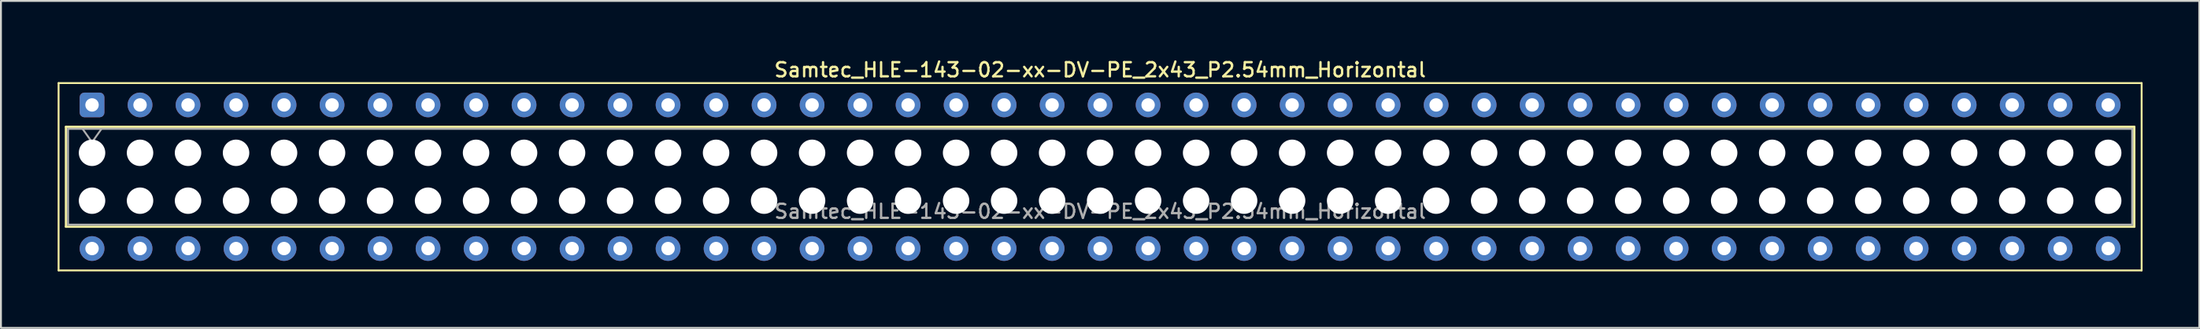
<source format=kicad_pcb>
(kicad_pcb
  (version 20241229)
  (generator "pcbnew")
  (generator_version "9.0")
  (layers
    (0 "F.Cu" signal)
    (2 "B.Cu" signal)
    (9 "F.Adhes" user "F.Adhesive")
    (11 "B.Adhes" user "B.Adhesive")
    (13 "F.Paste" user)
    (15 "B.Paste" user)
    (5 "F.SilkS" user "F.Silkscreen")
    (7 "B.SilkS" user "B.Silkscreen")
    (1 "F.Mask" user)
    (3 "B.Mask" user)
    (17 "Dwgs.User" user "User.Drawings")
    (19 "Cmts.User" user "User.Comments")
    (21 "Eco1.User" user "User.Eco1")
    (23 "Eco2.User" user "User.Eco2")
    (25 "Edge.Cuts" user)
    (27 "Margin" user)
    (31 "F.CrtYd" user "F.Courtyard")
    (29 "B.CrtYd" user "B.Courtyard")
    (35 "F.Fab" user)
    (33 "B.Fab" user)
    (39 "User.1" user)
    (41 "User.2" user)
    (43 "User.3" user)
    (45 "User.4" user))
  (footprint "Samtec_HLE-143-02-xx-DV-PE_2x43_P2.54mm_Horizontal"
    (layer "F.Cu")
    (at 1.82 2.518)
    (property "Reference" "Samtec_HLE-143-02-xx-DV-PE_2x43_P2.54mm_Horizontal" (at 53.34 -1.86 0) (layer "F.SilkS") (effects (font (size 0.75 0.75) (thickness 0.125))))
    (attr through_hole)
    (fp_line (start -1.77 -1.16) (end 108.45 -1.16) (stroke (width 0.1) (type solid)) (layer "F.SilkS"))
    (fp_line (start -1.77 8.78) (end -1.77 -1.16) (stroke (width 0.1) (type solid)) (layer "F.SilkS"))
    (fp_line (start -1.38 1.16) (end 108.06 1.16) (stroke (width 0.12) (type solid)) (layer "F.SilkS"))
    (fp_line (start -1.38 6.46) (end -1.38 1.16) (stroke (width 0.12) (type solid)) (layer "F.SilkS"))
    (fp_line (start 108.06 1.16) (end 108.06 6.46) (stroke (width 0.12) (type solid)) (layer "F.SilkS"))
    (fp_line (start 108.06 6.46) (end -1.38 6.46) (stroke (width 0.12) (type solid)) (layer "F.SilkS"))
    (fp_line (start 108.45 -1.16) (end 108.45 8.78) (stroke (width 0.1) (type solid)) (layer "F.SilkS"))
    (fp_line (start 108.45 8.78) (end -1.77 8.78) (stroke (width 0.1) (type solid)) (layer "F.SilkS"))
    (fp_line (start -1.27 1.27) (end 107.95 1.27) (stroke (width 0.1) (type solid)) (layer "F.Fab"))
    (fp_line (start -1.27 6.35) (end -1.27 1.27) (stroke (width 0.1) (type solid)) (layer "F.Fab"))
    (fp_line (start -0.5 1.27) (end 0 1.977) (stroke (width 0.1) (type solid)) (layer "F.Fab"))
    (fp_line (start 0 1.977) (end 0.5 1.27) (stroke (width 0.1) (type solid)) (layer "F.Fab"))
    (fp_line (start 107.95 1.27) (end 107.95 6.35) (stroke (width 0.1) (type solid)) (layer "F.Fab"))
    (fp_line (start 107.95 6.35) (end -1.27 6.35) (stroke (width 0.1) (type solid)) (layer "F.Fab"))
    (fp_text user "${REFERENCE}" (at 53.34 5.65 0) (layer "F.Fab") (effects (font (size 0.75 0.75) (thickness 0.125))))
    (pad "" np_thru_hole circle (at 0 2.54) (size 1.4 1.4) (drill 1.4) (layers "*.Cu" "*.Mask"))
    (pad "" np_thru_hole circle (at 0 5.08) (size 1.4 1.4) (drill 1.4) (layers "*.Cu" "*.Mask"))
    (pad "" np_thru_hole circle (at 2.54 2.54) (size 1.4 1.4) (drill 1.4) (layers "*.Cu" "*.Mask"))
    (pad "" np_thru_hole circle (at 2.54 5.08) (size 1.4 1.4) (drill 1.4) (layers "*.Cu" "*.Mask"))
    (pad "" np_thru_hole circle (at 5.08 2.54) (size 1.4 1.4) (drill 1.4) (layers "*.Cu" "*.Mask"))
    (pad "" np_thru_hole circle (at 5.08 5.08) (size 1.4 1.4) (drill 1.4) (layers "*.Cu" "*.Mask"))
    (pad "" np_thru_hole circle (at 7.62 2.54) (size 1.4 1.4) (drill 1.4) (layers "*.Cu" "*.Mask"))
    (pad "" np_thru_hole circle (at 7.62 5.08) (size 1.4 1.4) (drill 1.4) (layers "*.Cu" "*.Mask"))
    (pad "" np_thru_hole circle (at 10.16 2.54) (size 1.4 1.4) (drill 1.4) (layers "*.Cu" "*.Mask"))
    (pad "" np_thru_hole circle (at 10.16 5.08) (size 1.4 1.4) (drill 1.4) (layers "*.Cu" "*.Mask"))
    (pad "" np_thru_hole circle (at 12.7 2.54) (size 1.4 1.4) (drill 1.4) (layers "*.Cu" "*.Mask"))
    (pad "" np_thru_hole circle (at 12.7 5.08) (size 1.4 1.4) (drill 1.4) (layers "*.Cu" "*.Mask"))
    (pad "" np_thru_hole circle (at 15.24 2.54) (size 1.4 1.4) (drill 1.4) (layers "*.Cu" "*.Mask"))
    (pad "" np_thru_hole circle (at 15.24 5.08) (size 1.4 1.4) (drill 1.4) (layers "*.Cu" "*.Mask"))
    (pad "" np_thru_hole circle (at 17.78 2.54) (size 1.4 1.4) (drill 1.4) (layers "*.Cu" "*.Mask"))
    (pad "" np_thru_hole circle (at 17.78 5.08) (size 1.4 1.4) (drill 1.4) (layers "*.Cu" "*.Mask"))
    (pad "" np_thru_hole circle (at 20.32 2.54) (size 1.4 1.4) (drill 1.4) (layers "*.Cu" "*.Mask"))
    (pad "" np_thru_hole circle (at 20.32 5.08) (size 1.4 1.4) (drill 1.4) (layers "*.Cu" "*.Mask"))
    (pad "" np_thru_hole circle (at 22.86 2.54) (size 1.4 1.4) (drill 1.4) (layers "*.Cu" "*.Mask"))
    (pad "" np_thru_hole circle (at 22.86 5.08) (size 1.4 1.4) (drill 1.4) (layers "*.Cu" "*.Mask"))
    (pad "" np_thru_hole circle (at 25.4 2.54) (size 1.4 1.4) (drill 1.4) (layers "*.Cu" "*.Mask"))
    (pad "" np_thru_hole circle (at 25.4 5.08) (size 1.4 1.4) (drill 1.4) (layers "*.Cu" "*.Mask"))
    (pad "" np_thru_hole circle (at 27.94 2.54) (size 1.4 1.4) (drill 1.4) (layers "*.Cu" "*.Mask"))
    (pad "" np_thru_hole circle (at 27.94 5.08) (size 1.4 1.4) (drill 1.4) (layers "*.Cu" "*.Mask"))
    (pad "" np_thru_hole circle (at 30.48 2.54) (size 1.4 1.4) (drill 1.4) (layers "*.Cu" "*.Mask"))
    (pad "" np_thru_hole circle (at 30.48 5.08) (size 1.4 1.4) (drill 1.4) (layers "*.Cu" "*.Mask"))
    (pad "" np_thru_hole circle (at 33.02 2.54) (size 1.4 1.4) (drill 1.4) (layers "*.Cu" "*.Mask"))
    (pad "" np_thru_hole circle (at 33.02 5.08) (size 1.4 1.4) (drill 1.4) (layers "*.Cu" "*.Mask"))
    (pad "" np_thru_hole circle (at 35.56 2.54) (size 1.4 1.4) (drill 1.4) (layers "*.Cu" "*.Mask"))
    (pad "" np_thru_hole circle (at 35.56 5.08) (size 1.4 1.4) (drill 1.4) (layers "*.Cu" "*.Mask"))
    (pad "" np_thru_hole circle (at 38.1 2.54) (size 1.4 1.4) (drill 1.4) (layers "*.Cu" "*.Mask"))
    (pad "" np_thru_hole circle (at 38.1 5.08) (size 1.4 1.4) (drill 1.4) (layers "*.Cu" "*.Mask"))
    (pad "" np_thru_hole circle (at 40.64 2.54) (size 1.4 1.4) (drill 1.4) (layers "*.Cu" "*.Mask"))
    (pad "" np_thru_hole circle (at 40.64 5.08) (size 1.4 1.4) (drill 1.4) (layers "*.Cu" "*.Mask"))
    (pad "" np_thru_hole circle (at 43.18 2.54) (size 1.4 1.4) (drill 1.4) (layers "*.Cu" "*.Mask"))
    (pad "" np_thru_hole circle (at 43.18 5.08) (size 1.4 1.4) (drill 1.4) (layers "*.Cu" "*.Mask"))
    (pad "" np_thru_hole circle (at 45.72 2.54) (size 1.4 1.4) (drill 1.4) (layers "*.Cu" "*.Mask"))
    (pad "" np_thru_hole circle (at 45.72 5.08) (size 1.4 1.4) (drill 1.4) (layers "*.Cu" "*.Mask"))
    (pad "" np_thru_hole circle (at 48.26 2.54) (size 1.4 1.4) (drill 1.4) (layers "*.Cu" "*.Mask"))
    (pad "" np_thru_hole circle (at 48.26 5.08) (size 1.4 1.4) (drill 1.4) (layers "*.Cu" "*.Mask"))
    (pad "" np_thru_hole circle (at 50.8 2.54) (size 1.4 1.4) (drill 1.4) (layers "*.Cu" "*.Mask"))
    (pad "" np_thru_hole circle (at 50.8 5.08) (size 1.4 1.4) (drill 1.4) (layers "*.Cu" "*.Mask"))
    (pad "" np_thru_hole circle (at 53.34 2.54) (size 1.4 1.4) (drill 1.4) (layers "*.Cu" "*.Mask"))
    (pad "" np_thru_hole circle (at 53.34 5.08) (size 1.4 1.4) (drill 1.4) (layers "*.Cu" "*.Mask"))
    (pad "" np_thru_hole circle (at 55.88 2.54) (size 1.4 1.4) (drill 1.4) (layers "*.Cu" "*.Mask"))
    (pad "" np_thru_hole circle (at 55.88 5.08) (size 1.4 1.4) (drill 1.4) (layers "*.Cu" "*.Mask"))
    (pad "" np_thru_hole circle (at 58.42 2.54) (size 1.4 1.4) (drill 1.4) (layers "*.Cu" "*.Mask"))
    (pad "" np_thru_hole circle (at 58.42 5.08) (size 1.4 1.4) (drill 1.4) (layers "*.Cu" "*.Mask"))
    (pad "" np_thru_hole circle (at 60.96 2.54) (size 1.4 1.4) (drill 1.4) (layers "*.Cu" "*.Mask"))
    (pad "" np_thru_hole circle (at 60.96 5.08) (size 1.4 1.4) (drill 1.4) (layers "*.Cu" "*.Mask"))
    (pad "" np_thru_hole circle (at 63.5 2.54) (size 1.4 1.4) (drill 1.4) (layers "*.Cu" "*.Mask"))
    (pad "" np_thru_hole circle (at 63.5 5.08) (size 1.4 1.4) (drill 1.4) (layers "*.Cu" "*.Mask"))
    (pad "" np_thru_hole circle (at 66.04 2.54) (size 1.4 1.4) (drill 1.4) (layers "*.Cu" "*.Mask"))
    (pad "" np_thru_hole circle (at 66.04 5.08) (size 1.4 1.4) (drill 1.4) (layers "*.Cu" "*.Mask"))
    (pad "" np_thru_hole circle (at 68.58 2.54) (size 1.4 1.4) (drill 1.4) (layers "*.Cu" "*.Mask"))
    (pad "" np_thru_hole circle (at 68.58 5.08) (size 1.4 1.4) (drill 1.4) (layers "*.Cu" "*.Mask"))
    (pad "" np_thru_hole circle (at 71.12 2.54) (size 1.4 1.4) (drill 1.4) (layers "*.Cu" "*.Mask"))
    (pad "" np_thru_hole circle (at 71.12 5.08) (size 1.4 1.4) (drill 1.4) (layers "*.Cu" "*.Mask"))
    (pad "" np_thru_hole circle (at 73.66 2.54) (size 1.4 1.4) (drill 1.4) (layers "*.Cu" "*.Mask"))
    (pad "" np_thru_hole circle (at 73.66 5.08) (size 1.4 1.4) (drill 1.4) (layers "*.Cu" "*.Mask"))
    (pad "" np_thru_hole circle (at 76.2 2.54) (size 1.4 1.4) (drill 1.4) (layers "*.Cu" "*.Mask"))
    (pad "" np_thru_hole circle (at 76.2 5.08) (size 1.4 1.4) (drill 1.4) (layers "*.Cu" "*.Mask"))
    (pad "" np_thru_hole circle (at 78.74 2.54) (size 1.4 1.4) (drill 1.4) (layers "*.Cu" "*.Mask"))
    (pad "" np_thru_hole circle (at 78.74 5.08) (size 1.4 1.4) (drill 1.4) (layers "*.Cu" "*.Mask"))
    (pad "" np_thru_hole circle (at 81.28 2.54) (size 1.4 1.4) (drill 1.4) (layers "*.Cu" "*.Mask"))
    (pad "" np_thru_hole circle (at 81.28 5.08) (size 1.4 1.4) (drill 1.4) (layers "*.Cu" "*.Mask"))
    (pad "" np_thru_hole circle (at 83.82 2.54) (size 1.4 1.4) (drill 1.4) (layers "*.Cu" "*.Mask"))
    (pad "" np_thru_hole circle (at 83.82 5.08) (size 1.4 1.4) (drill 1.4) (layers "*.Cu" "*.Mask"))
    (pad "" np_thru_hole circle (at 86.36 2.54) (size 1.4 1.4) (drill 1.4) (layers "*.Cu" "*.Mask"))
    (pad "" np_thru_hole circle (at 86.36 5.08) (size 1.4 1.4) (drill 1.4) (layers "*.Cu" "*.Mask"))
    (pad "" np_thru_hole circle (at 88.9 2.54) (size 1.4 1.4) (drill 1.4) (layers "*.Cu" "*.Mask"))
    (pad "" np_thru_hole circle (at 88.9 5.08) (size 1.4 1.4) (drill 1.4) (layers "*.Cu" "*.Mask"))
    (pad "" np_thru_hole circle (at 91.44 2.54) (size 1.4 1.4) (drill 1.4) (layers "*.Cu" "*.Mask"))
    (pad "" np_thru_hole circle (at 91.44 5.08) (size 1.4 1.4) (drill 1.4) (layers "*.Cu" "*.Mask"))
    (pad "" np_thru_hole circle (at 93.98 2.54) (size 1.4 1.4) (drill 1.4) (layers "*.Cu" "*.Mask"))
    (pad "" np_thru_hole circle (at 93.98 5.08) (size 1.4 1.4) (drill 1.4) (layers "*.Cu" "*.Mask"))
    (pad "" np_thru_hole circle (at 96.52 2.54) (size 1.4 1.4) (drill 1.4) (layers "*.Cu" "*.Mask"))
    (pad "" np_thru_hole circle (at 96.52 5.08) (size 1.4 1.4) (drill 1.4) (layers "*.Cu" "*.Mask"))
    (pad "" np_thru_hole circle (at 99.06 2.54) (size 1.4 1.4) (drill 1.4) (layers "*.Cu" "*.Mask"))
    (pad "" np_thru_hole circle (at 99.06 5.08) (size 1.4 1.4) (drill 1.4) (layers "*.Cu" "*.Mask"))
    (pad "" np_thru_hole circle (at 101.6 2.54) (size 1.4 1.4) (drill 1.4) (layers "*.Cu" "*.Mask"))
    (pad "" np_thru_hole circle (at 101.6 5.08) (size 1.4 1.4) (drill 1.4) (layers "*.Cu" "*.Mask"))
    (pad "" np_thru_hole circle (at 104.14 2.54) (size 1.4 1.4) (drill 1.4) (layers "*.Cu" "*.Mask"))
    (pad "" np_thru_hole circle (at 104.14 5.08) (size 1.4 1.4) (drill 1.4) (layers "*.Cu" "*.Mask"))
    (pad "" np_thru_hole circle (at 106.68 2.54) (size 1.4 1.4) (drill 1.4) (layers "*.Cu" "*.Mask"))
    (pad "" np_thru_hole circle (at 106.68 5.08) (size 1.4 1.4) (drill 1.4) (layers "*.Cu" "*.Mask"))
    (pad "1" thru_hole roundrect (at 0 0) (size 1.31 1.31) (drill 0.71) (layers "*.Cu" "*.Mask") (roundrect_rratio 0.191))
    (pad "2" thru_hole circle (at 0 7.62) (size 1.31 1.31) (drill 0.71) (layers "*.Cu" "*.Mask"))
    (pad "3" thru_hole circle (at 2.54 0) (size 1.31 1.31) (drill 0.71) (layers "*.Cu" "*.Mask"))
    (pad "4" thru_hole circle (at 2.54 7.62) (size 1.31 1.31) (drill 0.71) (layers "*.Cu" "*.Mask"))
    (pad "5" thru_hole circle (at 5.08 0) (size 1.31 1.31) (drill 0.71) (layers "*.Cu" "*.Mask"))
    (pad "6" thru_hole circle (at 5.08 7.62) (size 1.31 1.31) (drill 0.71) (layers "*.Cu" "*.Mask"))
    (pad "7" thru_hole circle (at 7.62 0) (size 1.31 1.31) (drill 0.71) (layers "*.Cu" "*.Mask"))
    (pad "8" thru_hole circle (at 7.62 7.62) (size 1.31 1.31) (drill 0.71) (layers "*.Cu" "*.Mask"))
    (pad "9" thru_hole circle (at 10.16 0) (size 1.31 1.31) (drill 0.71) (layers "*.Cu" "*.Mask"))
    (pad "10" thru_hole circle (at 10.16 7.62) (size 1.31 1.31) (drill 0.71) (layers "*.Cu" "*.Mask"))
    (pad "11" thru_hole circle (at 12.7 0) (size 1.31 1.31) (drill 0.71) (layers "*.Cu" "*.Mask"))
    (pad "12" thru_hole circle (at 12.7 7.62) (size 1.31 1.31) (drill 0.71) (layers "*.Cu" "*.Mask"))
    (pad "13" thru_hole circle (at 15.24 0) (size 1.31 1.31) (drill 0.71) (layers "*.Cu" "*.Mask"))
    (pad "14" thru_hole circle (at 15.24 7.62) (size 1.31 1.31) (drill 0.71) (layers "*.Cu" "*.Mask"))
    (pad "15" thru_hole circle (at 17.78 0) (size 1.31 1.31) (drill 0.71) (layers "*.Cu" "*.Mask"))
    (pad "16" thru_hole circle (at 17.78 7.62) (size 1.31 1.31) (drill 0.71) (layers "*.Cu" "*.Mask"))
    (pad "17" thru_hole circle (at 20.32 0) (size 1.31 1.31) (drill 0.71) (layers "*.Cu" "*.Mask"))
    (pad "18" thru_hole circle (at 20.32 7.62) (size 1.31 1.31) (drill 0.71) (layers "*.Cu" "*.Mask"))
    (pad "19" thru_hole circle (at 22.86 0) (size 1.31 1.31) (drill 0.71) (layers "*.Cu" "*.Mask"))
    (pad "20" thru_hole circle (at 22.86 7.62) (size 1.31 1.31) (drill 0.71) (layers "*.Cu" "*.Mask"))
    (pad "21" thru_hole circle (at 25.4 0) (size 1.31 1.31) (drill 0.71) (layers "*.Cu" "*.Mask"))
    (pad "22" thru_hole circle (at 25.4 7.62) (size 1.31 1.31) (drill 0.71) (layers "*.Cu" "*.Mask"))
    (pad "23" thru_hole circle (at 27.94 0) (size 1.31 1.31) (drill 0.71) (layers "*.Cu" "*.Mask"))
    (pad "24" thru_hole circle (at 27.94 7.62) (size 1.31 1.31) (drill 0.71) (layers "*.Cu" "*.Mask"))
    (pad "25" thru_hole circle (at 30.48 0) (size 1.31 1.31) (drill 0.71) (layers "*.Cu" "*.Mask"))
    (pad "26" thru_hole circle (at 30.48 7.62) (size 1.31 1.31) (drill 0.71) (layers "*.Cu" "*.Mask"))
    (pad "27" thru_hole circle (at 33.02 0) (size 1.31 1.31) (drill 0.71) (layers "*.Cu" "*.Mask"))
    (pad "28" thru_hole circle (at 33.02 7.62) (size 1.31 1.31) (drill 0.71) (layers "*.Cu" "*.Mask"))
    (pad "29" thru_hole circle (at 35.56 0) (size 1.31 1.31) (drill 0.71) (layers "*.Cu" "*.Mask"))
    (pad "30" thru_hole circle (at 35.56 7.62) (size 1.31 1.31) (drill 0.71) (layers "*.Cu" "*.Mask"))
    (pad "31" thru_hole circle (at 38.1 0) (size 1.31 1.31) (drill 0.71) (layers "*.Cu" "*.Mask"))
    (pad "32" thru_hole circle (at 38.1 7.62) (size 1.31 1.31) (drill 0.71) (layers "*.Cu" "*.Mask"))
    (pad "33" thru_hole circle (at 40.64 0) (size 1.31 1.31) (drill 0.71) (layers "*.Cu" "*.Mask"))
    (pad "34" thru_hole circle (at 40.64 7.62) (size 1.31 1.31) (drill 0.71) (layers "*.Cu" "*.Mask"))
    (pad "35" thru_hole circle (at 43.18 0) (size 1.31 1.31) (drill 0.71) (layers "*.Cu" "*.Mask"))
    (pad "36" thru_hole circle (at 43.18 7.62) (size 1.31 1.31) (drill 0.71) (layers "*.Cu" "*.Mask"))
    (pad "37" thru_hole circle (at 45.72 0) (size 1.31 1.31) (drill 0.71) (layers "*.Cu" "*.Mask"))
    (pad "38" thru_hole circle (at 45.72 7.62) (size 1.31 1.31) (drill 0.71) (layers "*.Cu" "*.Mask"))
    (pad "39" thru_hole circle (at 48.26 0) (size 1.31 1.31) (drill 0.71) (layers "*.Cu" "*.Mask"))
    (pad "40" thru_hole circle (at 48.26 7.62) (size 1.31 1.31) (drill 0.71) (layers "*.Cu" "*.Mask"))
    (pad "41" thru_hole circle (at 50.8 0) (size 1.31 1.31) (drill 0.71) (layers "*.Cu" "*.Mask"))
    (pad "42" thru_hole circle (at 50.8 7.62) (size 1.31 1.31) (drill 0.71) (layers "*.Cu" "*.Mask"))
    (pad "43" thru_hole circle (at 53.34 0) (size 1.31 1.31) (drill 0.71) (layers "*.Cu" "*.Mask"))
    (pad "44" thru_hole circle (at 53.34 7.62) (size 1.31 1.31) (drill 0.71) (layers "*.Cu" "*.Mask"))
    (pad "45" thru_hole circle (at 55.88 0) (size 1.31 1.31) (drill 0.71) (layers "*.Cu" "*.Mask"))
    (pad "46" thru_hole circle (at 55.88 7.62) (size 1.31 1.31) (drill 0.71) (layers "*.Cu" "*.Mask"))
    (pad "47" thru_hole circle (at 58.42 0) (size 1.31 1.31) (drill 0.71) (layers "*.Cu" "*.Mask"))
    (pad "48" thru_hole circle (at 58.42 7.62) (size 1.31 1.31) (drill 0.71) (layers "*.Cu" "*.Mask"))
    (pad "49" thru_hole circle (at 60.96 0) (size 1.31 1.31) (drill 0.71) (layers "*.Cu" "*.Mask"))
    (pad "50" thru_hole circle (at 60.96 7.62) (size 1.31 1.31) (drill 0.71) (layers "*.Cu" "*.Mask"))
    (pad "51" thru_hole circle (at 63.5 0) (size 1.31 1.31) (drill 0.71) (layers "*.Cu" "*.Mask"))
    (pad "52" thru_hole circle (at 63.5 7.62) (size 1.31 1.31) (drill 0.71) (layers "*.Cu" "*.Mask"))
    (pad "53" thru_hole circle (at 66.04 0) (size 1.31 1.31) (drill 0.71) (layers "*.Cu" "*.Mask"))
    (pad "54" thru_hole circle (at 66.04 7.62) (size 1.31 1.31) (drill 0.71) (layers "*.Cu" "*.Mask"))
    (pad "55" thru_hole circle (at 68.58 0) (size 1.31 1.31) (drill 0.71) (layers "*.Cu" "*.Mask"))
    (pad "56" thru_hole circle (at 68.58 7.62) (size 1.31 1.31) (drill 0.71) (layers "*.Cu" "*.Mask"))
    (pad "57" thru_hole circle (at 71.12 0) (size 1.31 1.31) (drill 0.71) (layers "*.Cu" "*.Mask"))
    (pad "58" thru_hole circle (at 71.12 7.62) (size 1.31 1.31) (drill 0.71) (layers "*.Cu" "*.Mask"))
    (pad "59" thru_hole circle (at 73.66 0) (size 1.31 1.31) (drill 0.71) (layers "*.Cu" "*.Mask"))
    (pad "60" thru_hole circle (at 73.66 7.62) (size 1.31 1.31) (drill 0.71) (layers "*.Cu" "*.Mask"))
    (pad "61" thru_hole circle (at 76.2 0) (size 1.31 1.31) (drill 0.71) (layers "*.Cu" "*.Mask"))
    (pad "62" thru_hole circle (at 76.2 7.62) (size 1.31 1.31) (drill 0.71) (layers "*.Cu" "*.Mask"))
    (pad "63" thru_hole circle (at 78.74 0) (size 1.31 1.31) (drill 0.71) (layers "*.Cu" "*.Mask"))
    (pad "64" thru_hole circle (at 78.74 7.62) (size 1.31 1.31) (drill 0.71) (layers "*.Cu" "*.Mask"))
    (pad "65" thru_hole circle (at 81.28 0) (size 1.31 1.31) (drill 0.71) (layers "*.Cu" "*.Mask"))
    (pad "66" thru_hole circle (at 81.28 7.62) (size 1.31 1.31) (drill 0.71) (layers "*.Cu" "*.Mask"))
    (pad "67" thru_hole circle (at 83.82 0) (size 1.31 1.31) (drill 0.71) (layers "*.Cu" "*.Mask"))
    (pad "68" thru_hole circle (at 83.82 7.62) (size 1.31 1.31) (drill 0.71) (layers "*.Cu" "*.Mask"))
    (pad "69" thru_hole circle (at 86.36 0) (size 1.31 1.31) (drill 0.71) (layers "*.Cu" "*.Mask"))
    (pad "70" thru_hole circle (at 86.36 7.62) (size 1.31 1.31) (drill 0.71) (layers "*.Cu" "*.Mask"))
    (pad "71" thru_hole circle (at 88.9 0) (size 1.31 1.31) (drill 0.71) (layers "*.Cu" "*.Mask"))
    (pad "72" thru_hole circle (at 88.9 7.62) (size 1.31 1.31) (drill 0.71) (layers "*.Cu" "*.Mask"))
    (pad "73" thru_hole circle (at 91.44 0) (size 1.31 1.31) (drill 0.71) (layers "*.Cu" "*.Mask"))
    (pad "74" thru_hole circle (at 91.44 7.62) (size 1.31 1.31) (drill 0.71) (layers "*.Cu" "*.Mask"))
    (pad "75" thru_hole circle (at 93.98 0) (size 1.31 1.31) (drill 0.71) (layers "*.Cu" "*.Mask"))
    (pad "76" thru_hole circle (at 93.98 7.62) (size 1.31 1.31) (drill 0.71) (layers "*.Cu" "*.Mask"))
    (pad "77" thru_hole circle (at 96.52 0) (size 1.31 1.31) (drill 0.71) (layers "*.Cu" "*.Mask"))
    (pad "78" thru_hole circle (at 96.52 7.62) (size 1.31 1.31) (drill 0.71) (layers "*.Cu" "*.Mask"))
    (pad "79" thru_hole circle (at 99.06 0) (size 1.31 1.31) (drill 0.71) (layers "*.Cu" "*.Mask"))
    (pad "80" thru_hole circle (at 99.06 7.62) (size 1.31 1.31) (drill 0.71) (layers "*.Cu" "*.Mask"))
    (pad "81" thru_hole circle (at 101.6 0) (size 1.31 1.31) (drill 0.71) (layers "*.Cu" "*.Mask"))
    (pad "82" thru_hole circle (at 101.6 7.62) (size 1.31 1.31) (drill 0.71) (layers "*.Cu" "*.Mask"))
    (pad "83" thru_hole circle (at 104.14 0) (size 1.31 1.31) (drill 0.71) (layers "*.Cu" "*.Mask"))
    (pad "84" thru_hole circle (at 104.14 7.62) (size 1.31 1.31) (drill 0.71) (layers "*.Cu" "*.Mask"))
    (pad "85" thru_hole circle (at 106.68 0) (size 1.31 1.31) (drill 0.71) (layers "*.Cu" "*.Mask"))
    (pad "86" thru_hole circle (at 106.68 7.62) (size 1.31 1.31) (drill 0.71) (layers "*.Cu" "*.Mask")))
  (gr_rect
    (start -3 -3)
    (end 113.32 14.348)
    (stroke (width 0.1) (type default))
    (fill no)
    (layer "Edge.Cuts")))
</source>
